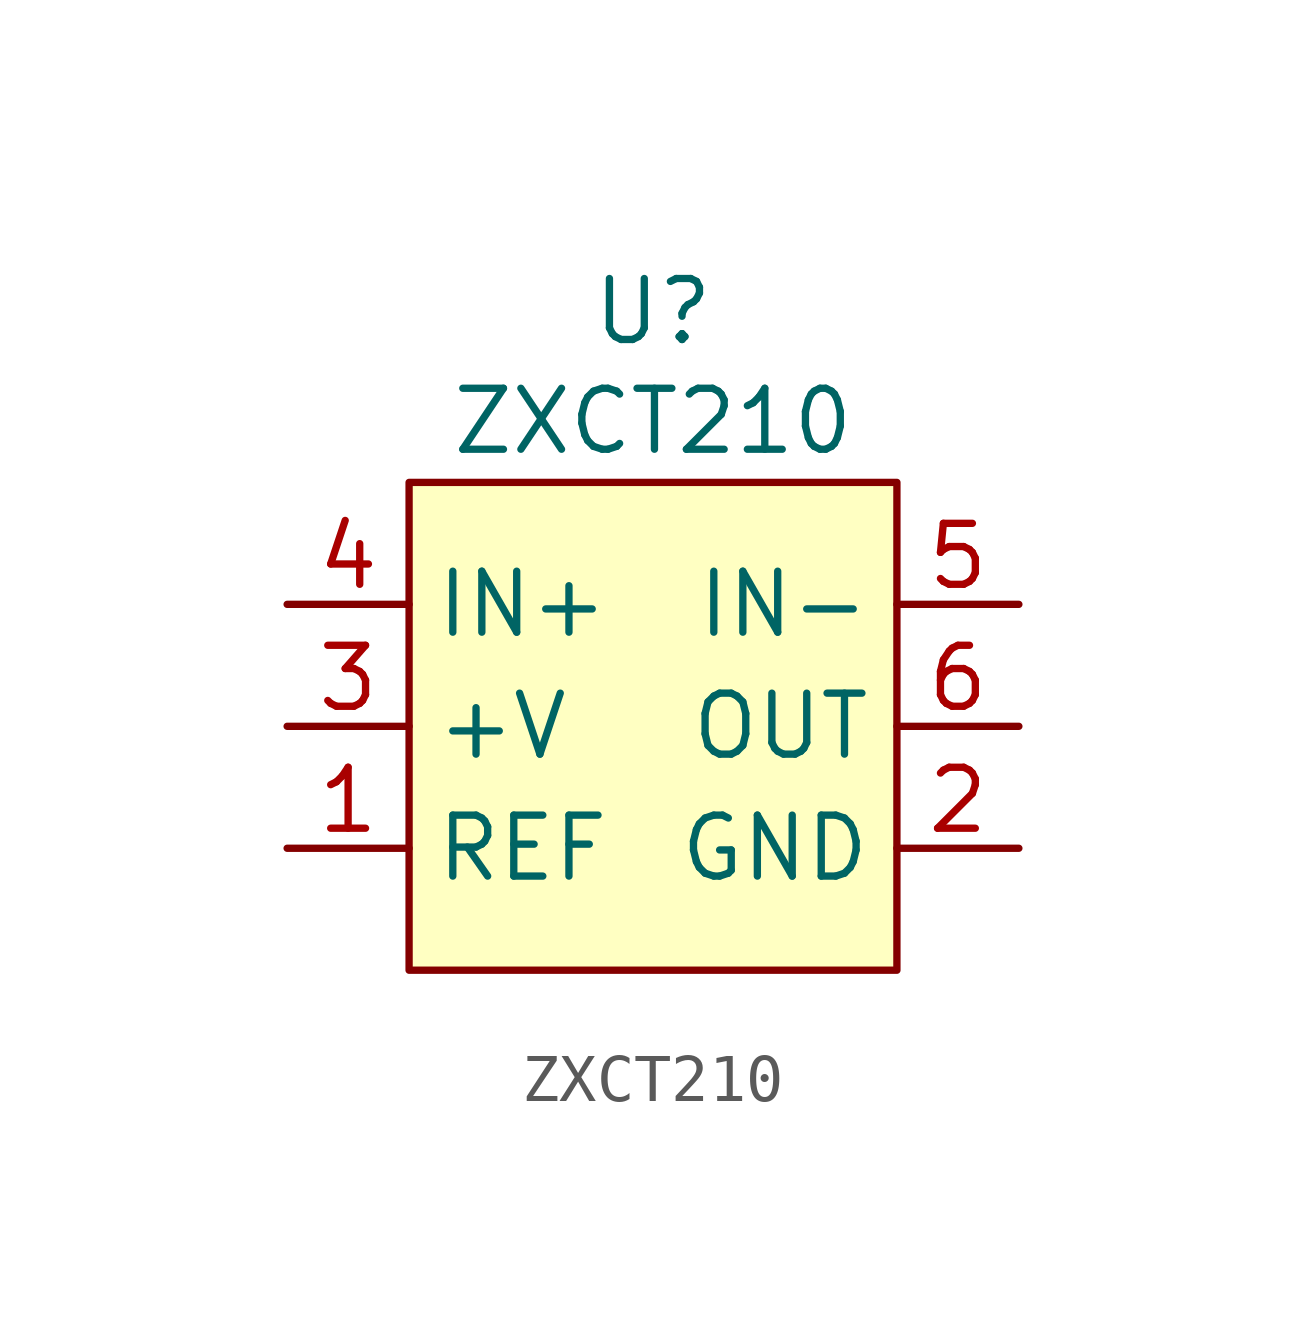
<source format=kicad_sym>
(kicad_symbol_lib
  (version 20241209)
  (generator "kicad_symbol_editor")
  (generator_version "9.0")
  (symbol "ZXCT210"
    (property "Reference" "U"
      (at 0 8.636 0)
      (effects (font (size 1.27 1.27))))
    (property "Value" "ZXCT210"
      (at 0 6.35 0)
      (effects (font (size 1.27 1.27))))
    (symbol "ZXCT210_1_1"
      (rectangle (start -5.08 5.08) (end 5.08 -5.08) (stroke (width 0) (type solid)) (fill (type background)))
      (pin passive line (at -7.62 2.54 0) (length 2.54) (name "IN+" (effects (font (size 1.27 1.27)))) (number "4" (effects (font (size 1.27 1.27)))))
      (pin passive line (at -7.62 0 0) (length 2.54) (name "+V" (effects (font (size 1.27 1.27)))) (number "3" (effects (font (size 1.27 1.27)))))
      (pin passive line (at -7.62 -2.54 0) (length 2.54) (name "REF" (effects (font (size 1.27 1.27)))) (number "1" (effects (font (size 1.27 1.27)))))
      (pin passive line (at 7.62 2.54 180) (length 2.54) (name "IN-" (effects (font (size 1.27 1.27)))) (number "5" (effects (font (size 1.27 1.27)))))
      (pin passive line (at 7.62 0 180) (length 2.54) (name "OUT" (effects (font (size 1.27 1.27)))) (number "6" (effects (font (size 1.27 1.27)))))
      (pin passive line (at 7.62 -2.54 180) (length 2.54) (name "GND" (effects (font (size 1.27 1.27)))) (number "2" (effects (font (size 1.27 1.27))))))))
</source>
